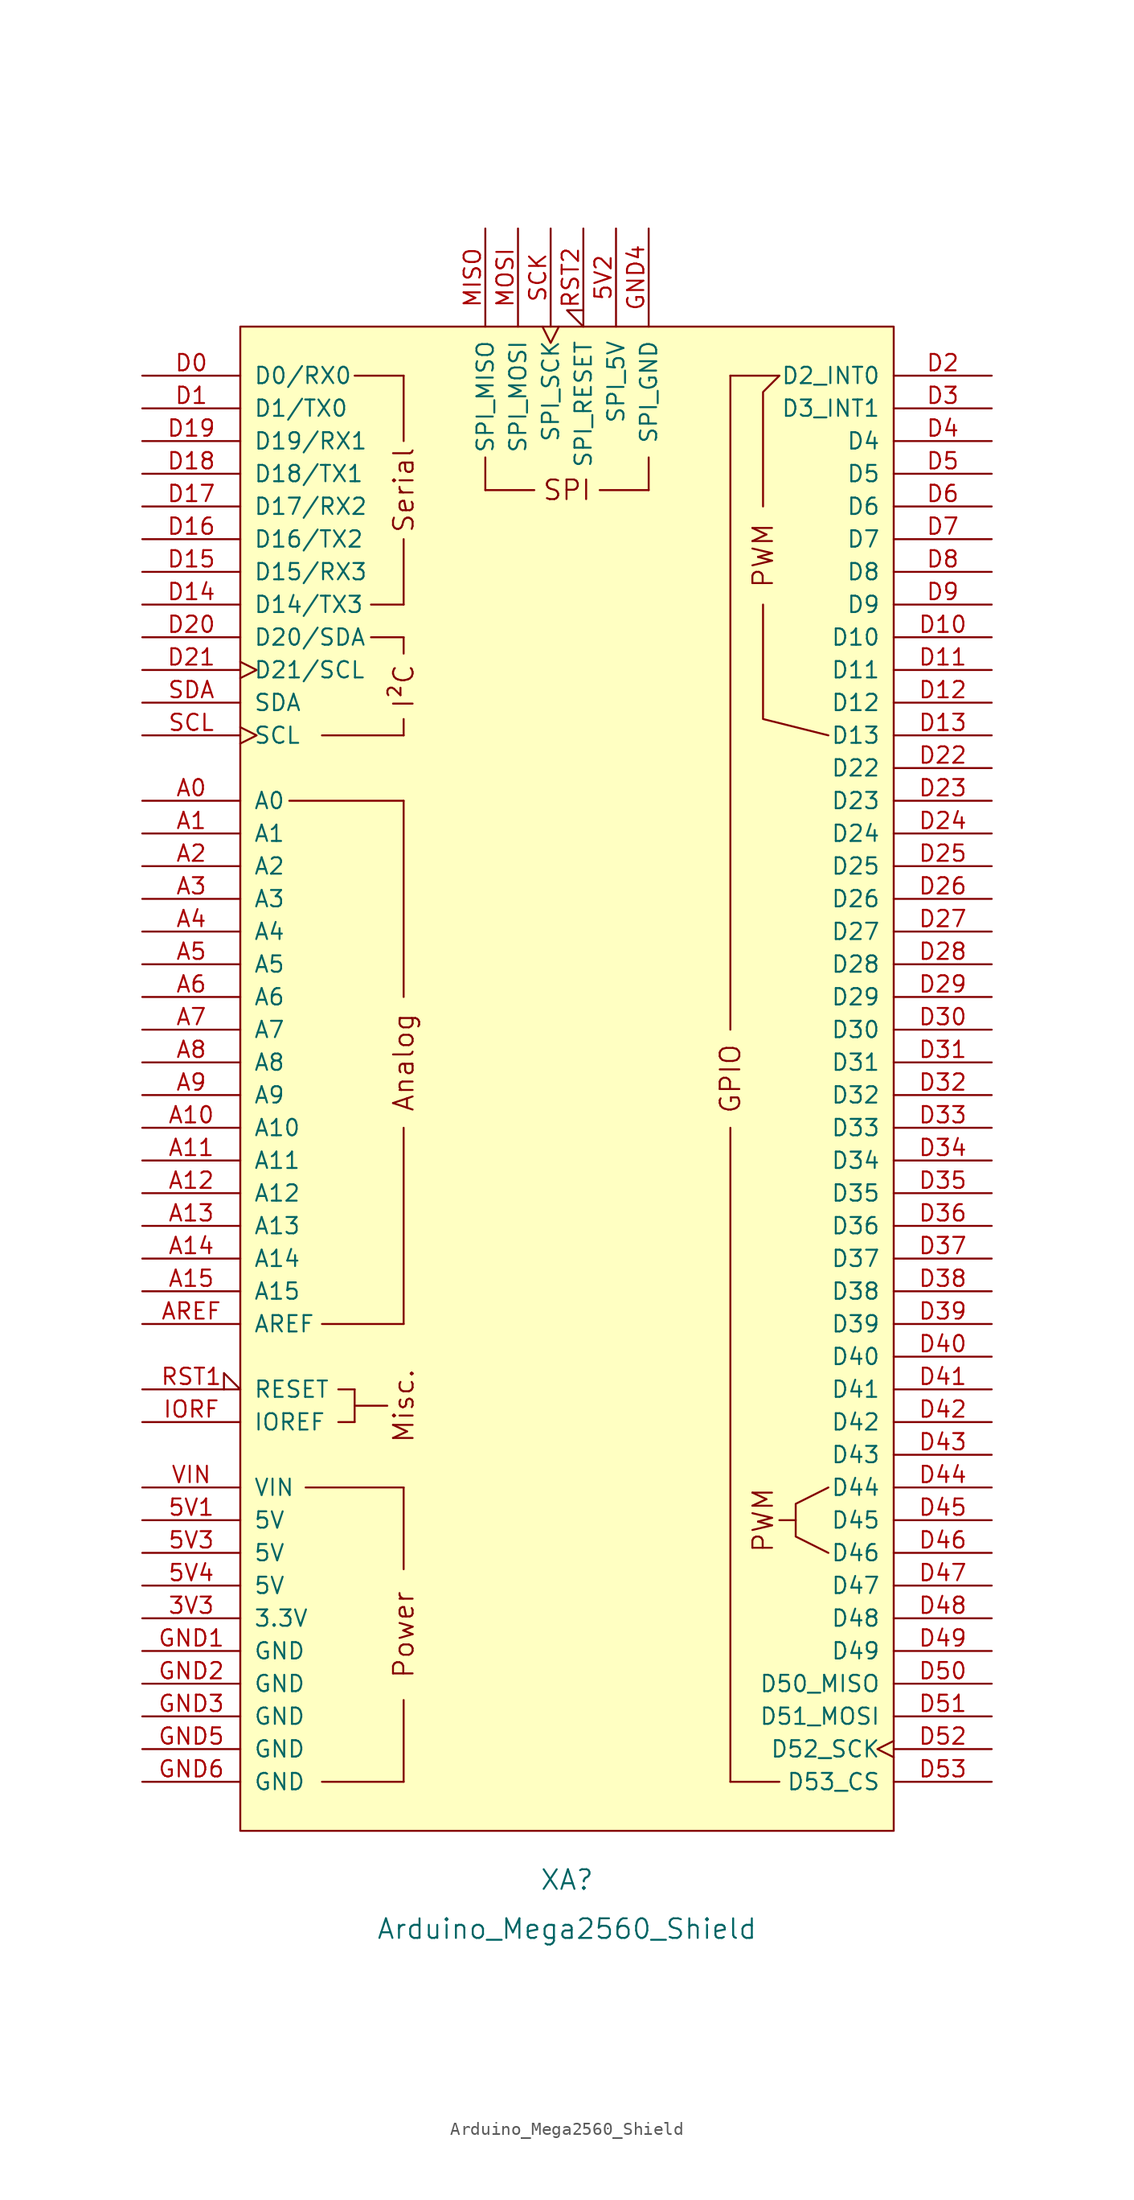
<source format=kicad_sym>
(kicad_symbol_lib
  (version 20220914)
  (generator kicad_symbol_editor)
  (symbol "Arduino_Mega2560_Shield"
    (pin_names
      (offset 1.016))
    (property "Reference" "XA"
      (at 0 -62.23 0)
      (effects (font (size 1.524 1.524))))
    (property "Value" "Arduino_Mega2560_Shield"
      (at 0 -66.04 0)
      (effects (font (size 1.524 1.524))))
    (symbol "Arduino_Mega2560_Shield_0_0"
      (rectangle (start -25.4 -58.42) (end 25.4 58.42) (stroke (width 0) (type default)) (fill (type background)))
      (rectangle (start -20.32 -31.75) (end -12.7 -31.75) (stroke (width 0) (type default)) (fill (type none)))
      (rectangle (start -19.05 -54.61) (end -12.7 -54.61) (stroke (width 0) (type default)) (fill (type none)))
      (rectangle (start -19.05 -19.05) (end -12.7 -19.05) (stroke (width 0) (type default)) (fill (type none)))
      (rectangle (start -19.05 26.67) (end -12.7 26.67) (stroke (width 0) (type default)) (fill (type none)))
      (rectangle (start -17.78 -26.67) (end -16.51 -26.67) (stroke (width 0) (type default)) (fill (type none)))
      (rectangle (start -17.78 -24.13) (end -16.51 -24.13) (stroke (width 0) (type default)) (fill (type none)))
      (rectangle (start -16.51 -25.4) (end -13.97 -25.4) (stroke (width 0) (type default)) (fill (type none)))
      (rectangle (start -16.51 -24.13) (end -16.51 -26.67) (stroke (width 0) (type default)) (fill (type none)))
      (rectangle (start -16.51 54.61) (end -12.7 54.61) (stroke (width 0) (type default)) (fill (type none)))
      (rectangle (start -15.24 34.29) (end -12.7 34.29) (stroke (width 0) (type default)) (fill (type none)))
      (rectangle (start -15.24 36.83) (end -12.7 36.83) (stroke (width 0) (type default)) (fill (type none)))
      (rectangle (start -12.7 -54.61) (end -12.7 -48.26) (stroke (width 0) (type default)) (fill (type none)))
      (rectangle (start -12.7 -31.75) (end -12.7 -38.1) (stroke (width 0) (type default)) (fill (type none)))
      (rectangle (start -12.7 26.67) (end -12.7 27.94) (stroke (width 0) (type default)) (fill (type none)))
      (rectangle (start -12.7 34.29) (end -12.7 33.02) (stroke (width 0) (type default)) (fill (type none)))
      (rectangle (start -12.7 41.91) (end -12.7 36.83) (stroke (width 0) (type default)) (fill (type none)))
      (rectangle (start -12.7 49.53) (end -12.7 54.61) (stroke (width 0) (type default)) (fill (type none)))
      (rectangle (start -6.35 48.26) (end -6.35 45.72) (stroke (width 0) (type default)) (fill (type none)))
      (rectangle (start -2.54 45.72) (end -6.35 45.72) (stroke (width 0) (type default)) (fill (type none)))
      (polyline (pts (xy -21.59 21.59) (xy -12.7 21.59)) (stroke (width 0) (type default)) (fill (type none)))
      (polyline (pts (xy -12.7 -19.05) (xy -12.7 -3.81)) (stroke (width 0) (type default)) (fill (type none)))
      (polyline (pts (xy -12.7 6.35) (xy -12.7 21.59)) (stroke (width 0) (type default)) (fill (type none)))
      (polyline (pts (xy 12.7 -54.61) (xy 16.51 -54.61)) (stroke (width 0) (type default)) (fill (type none)))
      (polyline (pts (xy 12.7 54.61) (xy 16.51 54.61)) (stroke (width 0) (type default)) (fill (type none)))
      (polyline (pts (xy 17.78 -34.29) (xy 16.51 -34.29)) (stroke (width 0) (type default)) (fill (type none)))
      (polyline (pts (xy 15.24 36.83) (xy 15.24 27.94) (xy 20.32 26.67)) (stroke (width 0) (type default)) (fill (type none)))
      (polyline (pts (xy 15.24 44.45) (xy 15.24 53.34) (xy 16.51 54.61)) (stroke (width 0) (type default)) (fill (type none)))
      (polyline (pts (xy 20.32 -31.75) (xy 17.78 -33.02) (xy 17.78 -35.56) (xy 20.32 -36.83)) (stroke (width 0) (type default)) (fill (type none)))
      (rectangle (start 6.35 45.72) (end 2.54 45.72) (stroke (width 0) (type default)) (fill (type none)))
      (rectangle (start 6.35 48.26) (end 6.35 45.72) (stroke (width 0) (type default)) (fill (type none)))
      (text "Analog" (at -12.7 1.27 900) (effects (font (size 1.524 1.524))))
      (text "I²C" (at -12.7 30.48 900) (effects (font (size 1.524 1.524))))
      (text "Misc." (at -12.7 -25.4 900) (effects (font (size 1.524 1.524))))
      (text "Power" (at -12.7 -43.18 900) (effects (font (size 1.524 1.524))))
      (text "PWM" (at 15.24 -34.29 900) (effects (font (size 1.524 1.524))))
      (text "PWM" (at 15.24 40.64 900) (effects (font (size 1.524 1.524))))
      (text "Serial" (at -12.7 45.72 900) (effects (font (size 1.524 1.524))))
      (text "SPI" (at 0 45.72 0) (effects (font (size 1.524 1.524)))))
    (symbol "Arduino_Mega2560_Shield_1_0"
      (rectangle (start 12.7 -54.61) (end 12.7 -3.81) (stroke (width 0) (type default)) (fill (type none)))
      (rectangle (start 12.7 54.61) (end 12.7 3.81) (stroke (width 0) (type default)) (fill (type none)))
      (text "GPIO" (at 12.7 0 900) (effects (font (size 1.524 1.524)))))
    (symbol "Arduino_Mega2560_Shield_1_1"
      (pin power_out line (at -33.02 -41.91 0) (length 7.62) (name "3.3V" (effects (font (size 1.27 1.27)))) (number "3V3" (effects (font (size 1.27 1.27)))))
      (pin power_in line (at -33.02 -34.29 0) (length 7.62) (name "5V" (effects (font (size 1.27 1.27)))) (number "5V1" (effects (font (size 1.27 1.27)))))
      (pin power_in line (at 3.81 66.04 270) (length 7.62) (name "SPI_5V" (effects (font (size 1.27 1.27)))) (number "5V2" (effects (font (size 1.27 1.27)))))
      (pin power_in line (at -33.02 -36.83 0) (length 7.62) (name "5V" (effects (font (size 1.27 1.27)))) (number "5V3" (effects (font (size 1.27 1.27)))))
      (pin power_in line (at -33.02 -39.37 0) (length 7.62) (name "5V" (effects (font (size 1.27 1.27)))) (number "5V4" (effects (font (size 1.27 1.27)))))
      (pin bidirectional line (at -33.02 21.59 0) (length 7.62) (name "A0" (effects (font (size 1.27 1.27)))) (number "A0" (effects (font (size 1.27 1.27)))))
      (pin bidirectional line (at -33.02 19.05 0) (length 7.62) (name "A1" (effects (font (size 1.27 1.27)))) (number "A1" (effects (font (size 1.27 1.27)))))
      (pin bidirectional line (at -33.02 -3.81 0) (length 7.62) (name "A10" (effects (font (size 1.27 1.27)))) (number "A10" (effects (font (size 1.27 1.27)))))
      (pin bidirectional line (at -33.02 -6.35 0) (length 7.62) (name "A11" (effects (font (size 1.27 1.27)))) (number "A11" (effects (font (size 1.27 1.27)))))
      (pin bidirectional line (at -33.02 -8.89 0) (length 7.62) (name "A12" (effects (font (size 1.27 1.27)))) (number "A12" (effects (font (size 1.27 1.27)))))
      (pin bidirectional line (at -33.02 -11.43 0) (length 7.62) (name "A13" (effects (font (size 1.27 1.27)))) (number "A13" (effects (font (size 1.27 1.27)))))
      (pin bidirectional line (at -33.02 -13.97 0) (length 7.62) (name "A14" (effects (font (size 1.27 1.27)))) (number "A14" (effects (font (size 1.27 1.27)))))
      (pin bidirectional line (at -33.02 -16.51 0) (length 7.62) (name "A15" (effects (font (size 1.27 1.27)))) (number "A15" (effects (font (size 1.27 1.27)))))
      (pin bidirectional line (at -33.02 16.51 0) (length 7.62) (name "A2" (effects (font (size 1.27 1.27)))) (number "A2" (effects (font (size 1.27 1.27)))))
      (pin bidirectional line (at -33.02 13.97 0) (length 7.62) (name "A3" (effects (font (size 1.27 1.27)))) (number "A3" (effects (font (size 1.27 1.27)))))
      (pin bidirectional line (at -33.02 11.43 0) (length 7.62) (name "A4" (effects (font (size 1.27 1.27)))) (number "A4" (effects (font (size 1.27 1.27)))))
      (pin bidirectional line (at -33.02 8.89 0) (length 7.62) (name "A5" (effects (font (size 1.27 1.27)))) (number "A5" (effects (font (size 1.27 1.27)))))
      (pin bidirectional line (at -33.02 6.35 0) (length 7.62) (name "A6" (effects (font (size 1.27 1.27)))) (number "A6" (effects (font (size 1.27 1.27)))))
      (pin bidirectional line (at -33.02 3.81 0) (length 7.62) (name "A7" (effects (font (size 1.27 1.27)))) (number "A7" (effects (font (size 1.27 1.27)))))
      (pin bidirectional line (at -33.02 1.27 0) (length 7.62) (name "A8" (effects (font (size 1.27 1.27)))) (number "A8" (effects (font (size 1.27 1.27)))))
      (pin bidirectional line (at -33.02 -1.27 0) (length 7.62) (name "A9" (effects (font (size 1.27 1.27)))) (number "A9" (effects (font (size 1.27 1.27)))))
      (pin input line (at -33.02 -19.05 0) (length 7.62) (name "AREF" (effects (font (size 1.27 1.27)))) (number "AREF" (effects (font (size 1.27 1.27)))))
      (pin bidirectional line (at -33.02 54.61 0) (length 7.62) (name "D0/RX0" (effects (font (size 1.27 1.27)))) (number "D0" (effects (font (size 1.27 1.27)))))
      (pin bidirectional line (at -33.02 52.07 0) (length 7.62) (name "D1/TX0" (effects (font (size 1.27 1.27)))) (number "D1" (effects (font (size 1.27 1.27)))))
      (pin bidirectional line (at 33.02 34.29 180) (length 7.62) (name "D10" (effects (font (size 1.27 1.27)))) (number "D10" (effects (font (size 1.27 1.27)))))
      (pin bidirectional line (at 33.02 31.75 180) (length 7.62) (name "D11" (effects (font (size 1.27 1.27)))) (number "D11" (effects (font (size 1.27 1.27)))))
      (pin bidirectional line (at 33.02 29.21 180) (length 7.62) (name "D12" (effects (font (size 1.27 1.27)))) (number "D12" (effects (font (size 1.27 1.27)))))
      (pin bidirectional line (at 33.02 26.67 180) (length 7.62) (name "D13" (effects (font (size 1.27 1.27)))) (number "D13" (effects (font (size 1.27 1.27)))))
      (pin bidirectional line (at -33.02 36.83 0) (length 7.62) (name "D14/TX3" (effects (font (size 1.27 1.27)))) (number "D14" (effects (font (size 1.27 1.27)))))
      (pin bidirectional line (at -33.02 39.37 0) (length 7.62) (name "D15/RX3" (effects (font (size 1.27 1.27)))) (number "D15" (effects (font (size 1.27 1.27)))))
      (pin bidirectional line (at -33.02 41.91 0) (length 7.62) (name "D16/TX2" (effects (font (size 1.27 1.27)))) (number "D16" (effects (font (size 1.27 1.27)))))
      (pin bidirectional line (at -33.02 44.45 0) (length 7.62) (name "D17/RX2" (effects (font (size 1.27 1.27)))) (number "D17" (effects (font (size 1.27 1.27)))))
      (pin bidirectional line (at -33.02 46.99 0) (length 7.62) (name "D18/TX1" (effects (font (size 1.27 1.27)))) (number "D18" (effects (font (size 1.27 1.27)))))
      (pin bidirectional line (at -33.02 49.53 0) (length 7.62) (name "D19/RX1" (effects (font (size 1.27 1.27)))) (number "D19" (effects (font (size 1.27 1.27)))))
      (pin bidirectional line (at 33.02 54.61 180) (length 7.62) (name "D2_INT0" (effects (font (size 1.27 1.27)))) (number "D2" (effects (font (size 1.27 1.27)))))
      (pin bidirectional line (at -33.02 34.29 0) (length 7.62) (name "D20/SDA" (effects (font (size 1.27 1.27)))) (number "D20" (effects (font (size 1.27 1.27)))))
      (pin bidirectional clock (at -33.02 31.75 0) (length 7.62) (name "D21/SCL" (effects (font (size 1.27 1.27)))) (number "D21" (effects (font (size 1.27 1.27)))))
      (pin bidirectional line (at 33.02 24.13 180) (length 7.62) (name "D22" (effects (font (size 1.27 1.27)))) (number "D22" (effects (font (size 1.27 1.27)))))
      (pin bidirectional line (at 33.02 21.59 180) (length 7.62) (name "D23" (effects (font (size 1.27 1.27)))) (number "D23" (effects (font (size 1.27 1.27)))))
      (pin bidirectional line (at 33.02 19.05 180) (length 7.62) (name "D24" (effects (font (size 1.27 1.27)))) (number "D24" (effects (font (size 1.27 1.27)))))
      (pin bidirectional line (at 33.02 16.51 180) (length 7.62) (name "D25" (effects (font (size 1.27 1.27)))) (number "D25" (effects (font (size 1.27 1.27)))))
      (pin bidirectional line (at 33.02 13.97 180) (length 7.62) (name "D26" (effects (font (size 1.27 1.27)))) (number "D26" (effects (font (size 1.27 1.27)))))
      (pin bidirectional line (at 33.02 11.43 180) (length 7.62) (name "D27" (effects (font (size 1.27 1.27)))) (number "D27" (effects (font (size 1.27 1.27)))))
      (pin bidirectional line (at 33.02 8.89 180) (length 7.62) (name "D28" (effects (font (size 1.27 1.27)))) (number "D28" (effects (font (size 1.27 1.27)))))
      (pin bidirectional line (at 33.02 6.35 180) (length 7.62) (name "D29" (effects (font (size 1.27 1.27)))) (number "D29" (effects (font (size 1.27 1.27)))))
      (pin bidirectional line (at 33.02 52.07 180) (length 7.62) (name "D3_INT1" (effects (font (size 1.27 1.27)))) (number "D3" (effects (font (size 1.27 1.27)))))
      (pin bidirectional line (at 33.02 3.81 180) (length 7.62) (name "D30" (effects (font (size 1.27 1.27)))) (number "D30" (effects (font (size 1.27 1.27)))))
      (pin bidirectional line (at 33.02 1.27 180) (length 7.62) (name "D31" (effects (font (size 1.27 1.27)))) (number "D31" (effects (font (size 1.27 1.27)))))
      (pin bidirectional line (at 33.02 -1.27 180) (length 7.62) (name "D32" (effects (font (size 1.27 1.27)))) (number "D32" (effects (font (size 1.27 1.27)))))
      (pin bidirectional line (at 33.02 -3.81 180) (length 7.62) (name "D33" (effects (font (size 1.27 1.27)))) (number "D33" (effects (font (size 1.27 1.27)))))
      (pin bidirectional line (at 33.02 -6.35 180) (length 7.62) (name "D34" (effects (font (size 1.27 1.27)))) (number "D34" (effects (font (size 1.27 1.27)))))
      (pin bidirectional line (at 33.02 -8.89 180) (length 7.62) (name "D35" (effects (font (size 1.27 1.27)))) (number "D35" (effects (font (size 1.27 1.27)))))
      (pin bidirectional line (at 33.02 -11.43 180) (length 7.62) (name "D36" (effects (font (size 1.27 1.27)))) (number "D36" (effects (font (size 1.27 1.27)))))
      (pin bidirectional line (at 33.02 -13.97 180) (length 7.62) (name "D37" (effects (font (size 1.27 1.27)))) (number "D37" (effects (font (size 1.27 1.27)))))
      (pin bidirectional line (at 33.02 -16.51 180) (length 7.62) (name "D38" (effects (font (size 1.27 1.27)))) (number "D38" (effects (font (size 1.27 1.27)))))
      (pin bidirectional line (at 33.02 -19.05 180) (length 7.62) (name "D39" (effects (font (size 1.27 1.27)))) (number "D39" (effects (font (size 1.27 1.27)))))
      (pin bidirectional line (at 33.02 49.53 180) (length 7.62) (name "D4" (effects (font (size 1.27 1.27)))) (number "D4" (effects (font (size 1.27 1.27)))))
      (pin bidirectional line (at 33.02 -21.59 180) (length 7.62) (name "D40" (effects (font (size 1.27 1.27)))) (number "D40" (effects (font (size 1.27 1.27)))))
      (pin bidirectional line (at 33.02 -24.13 180) (length 7.62) (name "D41" (effects (font (size 1.27 1.27)))) (number "D41" (effects (font (size 1.27 1.27)))))
      (pin bidirectional line (at 33.02 -26.67 180) (length 7.62) (name "D42" (effects (font (size 1.27 1.27)))) (number "D42" (effects (font (size 1.27 1.27)))))
      (pin bidirectional line (at 33.02 -29.21 180) (length 7.62) (name "D43" (effects (font (size 1.27 1.27)))) (number "D43" (effects (font (size 1.27 1.27)))))
      (pin bidirectional line (at 33.02 -31.75 180) (length 7.62) (name "D44" (effects (font (size 1.27 1.27)))) (number "D44" (effects (font (size 1.27 1.27)))))
      (pin bidirectional line (at 33.02 -34.29 180) (length 7.62) (name "D45" (effects (font (size 1.27 1.27)))) (number "D45" (effects (font (size 1.27 1.27)))))
      (pin bidirectional line (at 33.02 -36.83 180) (length 7.62) (name "D46" (effects (font (size 1.27 1.27)))) (number "D46" (effects (font (size 1.27 1.27)))))
      (pin bidirectional line (at 33.02 -39.37 180) (length 7.62) (name "D47" (effects (font (size 1.27 1.27)))) (number "D47" (effects (font (size 1.27 1.27)))))
      (pin bidirectional line (at 33.02 -41.91 180) (length 7.62) (name "D48" (effects (font (size 1.27 1.27)))) (number "D48" (effects (font (size 1.27 1.27)))))
      (pin bidirectional line (at 33.02 -44.45 180) (length 7.62) (name "D49" (effects (font (size 1.27 1.27)))) (number "D49" (effects (font (size 1.27 1.27)))))
      (pin bidirectional line (at 33.02 46.99 180) (length 7.62) (name "D5" (effects (font (size 1.27 1.27)))) (number "D5" (effects (font (size 1.27 1.27)))))
      (pin bidirectional line (at 33.02 -46.99 180) (length 7.62) (name "D50_MISO" (effects (font (size 1.27 1.27)))) (number "D50" (effects (font (size 1.27 1.27)))))
      (pin bidirectional line (at 33.02 -49.53 180) (length 7.62) (name "D51_MOSI" (effects (font (size 1.27 1.27)))) (number "D51" (effects (font (size 1.27 1.27)))))
      (pin bidirectional clock (at 33.02 -52.07 180) (length 7.62) (name "D52_SCK" (effects (font (size 1.27 1.27)))) (number "D52" (effects (font (size 1.27 1.27)))))
      (pin bidirectional line (at 33.02 -54.61 180) (length 7.62) (name "D53_CS" (effects (font (size 1.27 1.27)))) (number "D53" (effects (font (size 1.27 1.27)))))
      (pin bidirectional line (at 33.02 44.45 180) (length 7.62) (name "D6" (effects (font (size 1.27 1.27)))) (number "D6" (effects (font (size 1.27 1.27)))))
      (pin bidirectional line (at 33.02 41.91 180) (length 7.62) (name "D7" (effects (font (size 1.27 1.27)))) (number "D7" (effects (font (size 1.27 1.27)))))
      (pin bidirectional line (at 33.02 39.37 180) (length 7.62) (name "D8" (effects (font (size 1.27 1.27)))) (number "D8" (effects (font (size 1.27 1.27)))))
      (pin bidirectional line (at 33.02 36.83 180) (length 7.62) (name "D9" (effects (font (size 1.27 1.27)))) (number "D9" (effects (font (size 1.27 1.27)))))
      (pin power_in line (at -33.02 -44.45 0) (length 7.62) (name "GND" (effects (font (size 1.27 1.27)))) (number "GND1" (effects (font (size 1.27 1.27)))))
      (pin power_in line (at -33.02 -46.99 0) (length 7.62) (name "GND" (effects (font (size 1.27 1.27)))) (number "GND2" (effects (font (size 1.27 1.27)))))
      (pin power_in line (at -33.02 -49.53 0) (length 7.62) (name "GND" (effects (font (size 1.27 1.27)))) (number "GND3" (effects (font (size 1.27 1.27)))))
      (pin power_in line (at 6.35 66.04 270) (length 7.62) (name "SPI_GND" (effects (font (size 1.27 1.27)))) (number "GND4" (effects (font (size 1.27 1.27)))))
      (pin power_in line (at -33.02 -52.07 0) (length 7.62) (name "GND" (effects (font (size 1.27 1.27)))) (number "GND5" (effects (font (size 1.27 1.27)))))
      (pin power_in line (at -33.02 -54.61 0) (length 7.62) (name "GND" (effects (font (size 1.27 1.27)))) (number "GND6" (effects (font (size 1.27 1.27)))))
      (pin output line (at -33.02 -26.67 0) (length 7.62) (name "IOREF" (effects (font (size 1.27 1.27)))) (number "IORF" (effects (font (size 1.27 1.27)))))
      (pin input line (at -6.35 66.04 270) (length 7.62) (name "SPI_MISO" (effects (font (size 1.27 1.27)))) (number "MISO" (effects (font (size 1.27 1.27)))))
      (pin output line (at -3.81 66.04 270) (length 7.62) (name "SPI_MOSI" (effects (font (size 1.27 1.27)))) (number "MOSI" (effects (font (size 1.27 1.27)))))
      (pin open_collector input_low (at -33.02 -24.13 0) (length 7.62) (name "RESET" (effects (font (size 1.27 1.27)))) (number "RST1" (effects (font (size 1.27 1.27)))))
      (pin open_collector input_low (at 1.27 66.04 270) (length 7.62) (name "SPI_RESET" (effects (font (size 1.27 1.27)))) (number "RST2" (effects (font (size 1.27 1.27)))))
      (pin output clock (at -1.27 66.04 270) (length 7.62) (name "SPI_SCK" (effects (font (size 1.27 1.27)))) (number "SCK" (effects (font (size 1.27 1.27)))))
      (pin bidirectional clock (at -33.02 26.67 0) (length 7.62) (name "SCL" (effects (font (size 1.27 1.27)))) (number "SCL" (effects (font (size 1.27 1.27)))))
      (pin bidirectional line (at -33.02 29.21 0) (length 7.62) (name "SDA" (effects (font (size 1.27 1.27)))) (number "SDA" (effects (font (size 1.27 1.27)))))
      (pin power_in line (at -33.02 -31.75 0) (length 7.62) (name "VIN" (effects (font (size 1.27 1.27)))) (number "VIN" (effects (font (size 1.27 1.27))))))))
</source>
